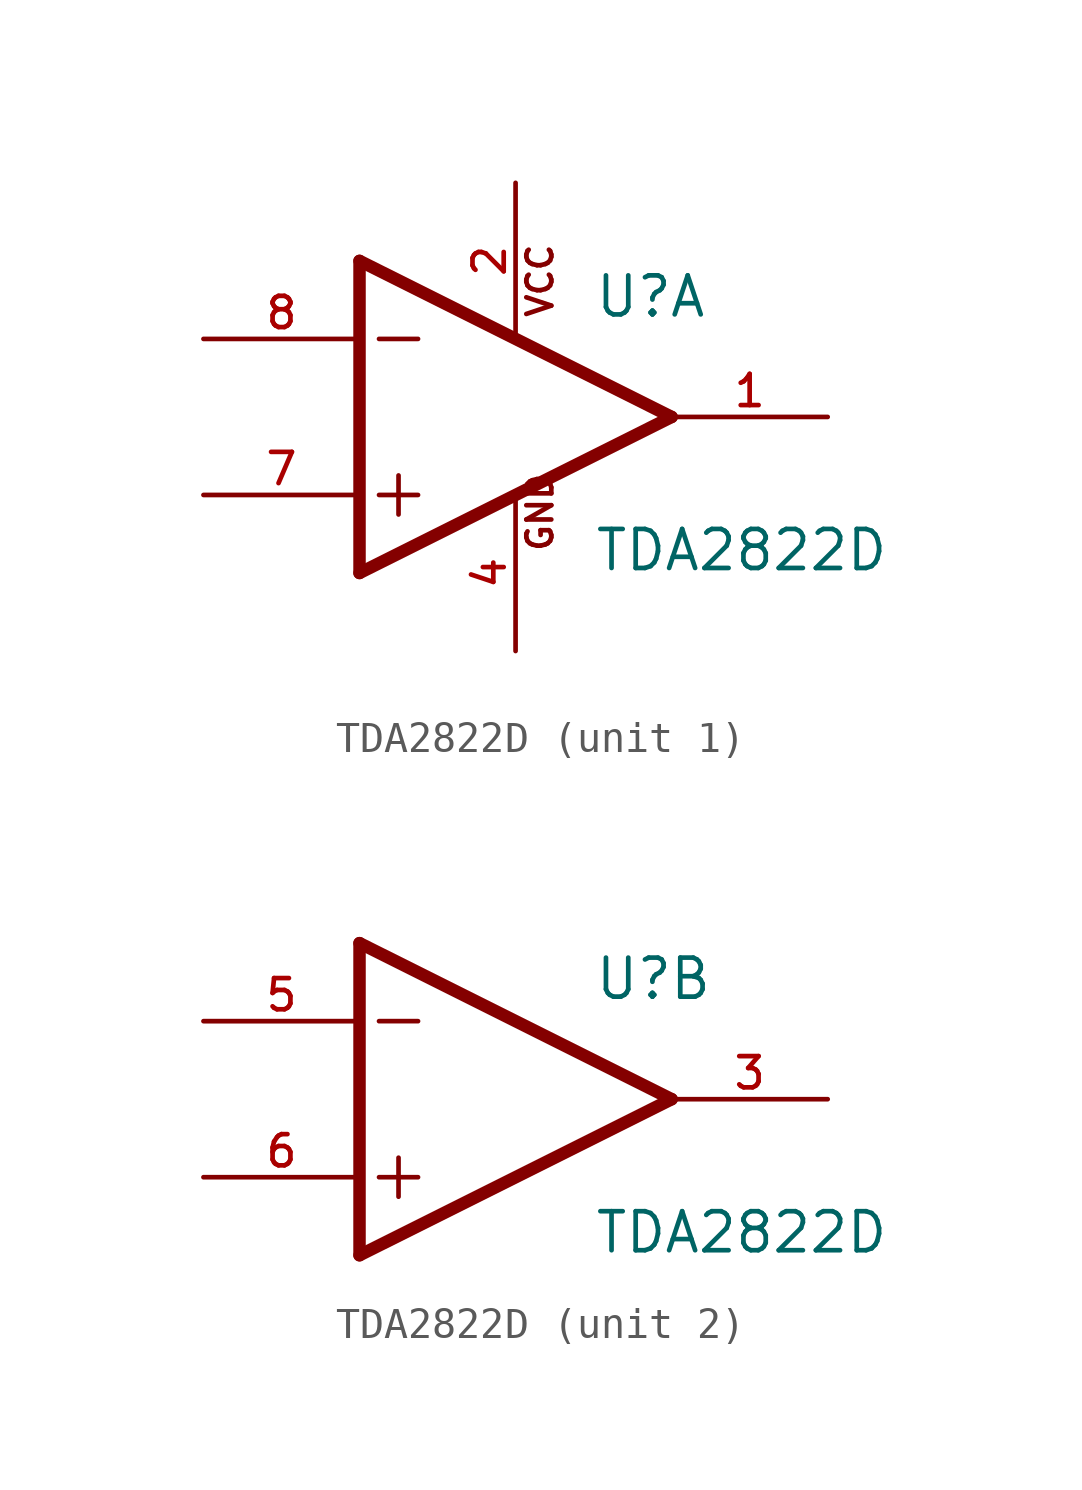
<source format=kicad_sym>
(kicad_symbol_lib
  (version 20211014)
  (generator kicad_symbol_editor)
  (symbol "TDA2822D"
    (pin_names
      (offset 1.016))
    (property "Reference" "U"
      (at 5.08 3.175 0)
      (effects (font (size 1.27 1.27)) (justify bottom left)))
    (property "Value" "TDA2822D"
      (at 5.08 -5.08 0)
      (effects (font (size 1.27 1.27)) (justify bottom left)))
    (symbol "TDA2822D_1_0"
      (polyline (pts (xy -2.54 5.08) (xy -2.54 -5.08)) (stroke (width 0.406)))
      (polyline (pts (xy -2.54 -5.08) (xy 7.62 0.0)) (stroke (width 0.406)))
      (polyline (pts (xy 7.62 0.0) (xy -2.54 5.08)) (stroke (width 0.406)))
      (polyline (pts (xy -1.27 -1.905) (xy -1.27 -3.175)) (stroke (width 0.152)))
      (polyline (pts (xy -1.905 2.54) (xy -0.635 2.54)) (stroke (width 0.152)))
      (polyline (pts (xy -1.905 -2.54) (xy -0.635 -2.54)) (stroke (width 0.152)))
      (text "VCC" (at 3.81 3.175 900) (effects (font (size 0.813 0.813)) (justify bottom left)))
      (text "GND" (at 3.81 -4.445 900) (effects (font (size 0.813 0.813)) (justify bottom left)))
      (pin input line (at -7.62 -2.54 0) (length 5.08) (name "~" (effects (font (size 1.016 1.016)))) (number "7" (effects (font (size 1.016 1.016)))))
      (pin input line (at -7.62 2.54 0) (length 5.08) (name "~" (effects (font (size 1.016 1.016)))) (number "8" (effects (font (size 1.016 1.016)))))
      (pin power_in line (at 2.54 7.62 270.0) (length 5.08) (name "~" (effects (font (size 1.016 1.016)))) (number "2" (effects (font (size 1.016 1.016)))))
      (pin output line (at 12.7 0.0 180.0) (length 5.08) (name "~" (effects (font (size 1.016 1.016)))) (number "1" (effects (font (size 1.016 1.016)))))
      (pin power_in line (at 2.54 -7.62 90.0) (length 5.08) (name "~" (effects (font (size 1.016 1.016)))) (number "4" (effects (font (size 1.016 1.016))))))
    (symbol "TDA2822D_2_0"
      (polyline (pts (xy -2.54 5.08) (xy -2.54 -5.08)) (stroke (width 0.406)))
      (polyline (pts (xy -2.54 -5.08) (xy 7.62 0.0)) (stroke (width 0.406)))
      (polyline (pts (xy 7.62 0.0) (xy -2.54 5.08)) (stroke (width 0.406)))
      (polyline (pts (xy -1.27 -1.905) (xy -1.27 -3.175)) (stroke (width 0.152)))
      (polyline (pts (xy -1.905 2.54) (xy -0.635 2.54)) (stroke (width 0.152)))
      (polyline (pts (xy -1.905 -2.54) (xy -0.635 -2.54)) (stroke (width 0.152)))
      (pin input line (at -7.62 -2.54 0) (length 5.08) (name "~" (effects (font (size 1.016 1.016)))) (number "6" (effects (font (size 1.016 1.016)))))
      (pin input line (at -7.62 2.54 0) (length 5.08) (name "~" (effects (font (size 1.016 1.016)))) (number "5" (effects (font (size 1.016 1.016)))))
      (pin output line (at 12.7 0.0 180.0) (length 5.08) (name "~" (effects (font (size 1.016 1.016)))) (number "3" (effects (font (size 1.016 1.016))))))))
</source>
